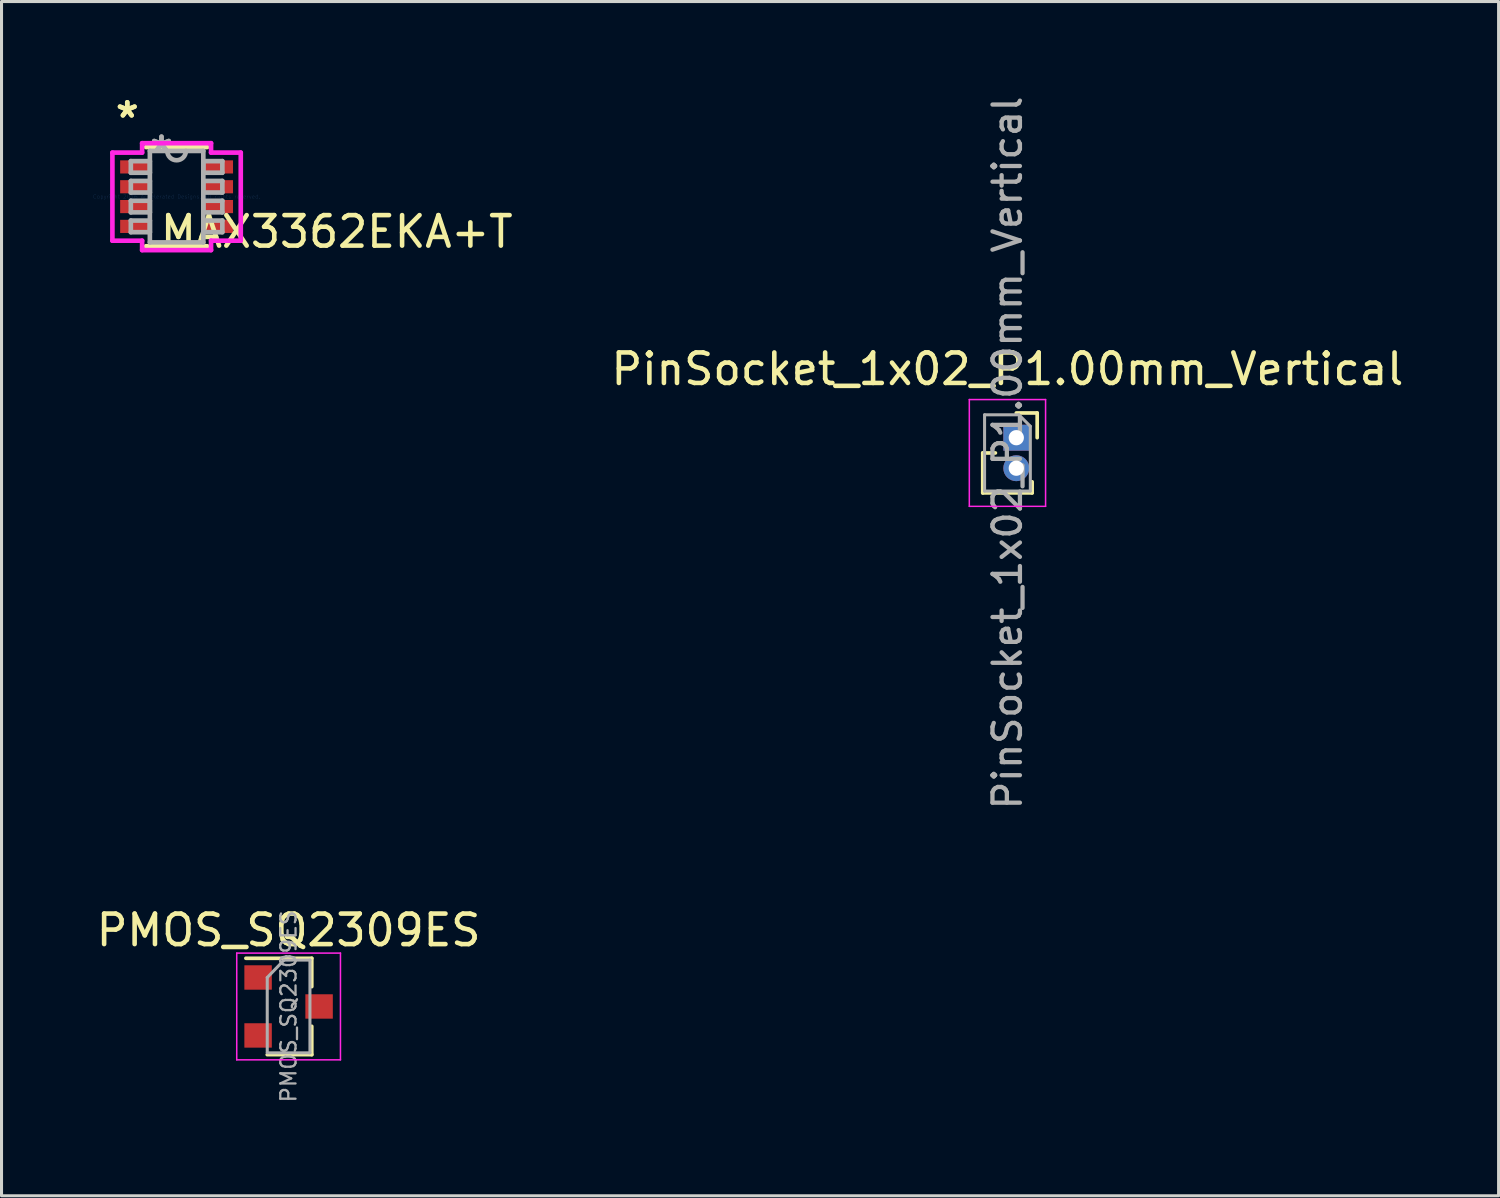
<source format=kicad_pcb>
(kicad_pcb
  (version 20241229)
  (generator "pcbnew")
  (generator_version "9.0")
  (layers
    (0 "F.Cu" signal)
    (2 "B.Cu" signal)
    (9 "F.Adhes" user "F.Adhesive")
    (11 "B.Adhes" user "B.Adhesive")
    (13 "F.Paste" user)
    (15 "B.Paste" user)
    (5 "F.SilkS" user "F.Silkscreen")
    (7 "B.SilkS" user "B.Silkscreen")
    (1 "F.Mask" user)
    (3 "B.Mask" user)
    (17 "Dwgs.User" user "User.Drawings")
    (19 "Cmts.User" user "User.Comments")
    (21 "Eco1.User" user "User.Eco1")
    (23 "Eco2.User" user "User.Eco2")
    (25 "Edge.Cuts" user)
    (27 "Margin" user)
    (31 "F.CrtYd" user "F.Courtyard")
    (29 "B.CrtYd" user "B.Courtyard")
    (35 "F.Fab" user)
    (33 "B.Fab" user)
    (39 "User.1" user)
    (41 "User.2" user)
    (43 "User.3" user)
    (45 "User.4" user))
  (footprint "PMOS_SQ2309ES"
    (layer "F.Cu")
    (at 6.411 29.945)
    (property "Reference" "PMOS_SQ2309ES" (at 0 -2.5 0) (layer "F.SilkS") (effects (font (size 1 1) (thickness 0.15))))
    (attr smd)
    (fp_line (start 0.76 -1.58) (end -1.4 -1.58) (stroke (width 0.12) (type solid)) (layer "F.SilkS"))
    (fp_line (start 0.76 -1.58) (end 0.76 -0.65) (stroke (width 0.12) (type solid)) (layer "F.SilkS"))
    (fp_line (start 0.76 1.58) (end -0.7 1.58) (stroke (width 0.12) (type solid)) (layer "F.SilkS"))
    (fp_line (start 0.76 1.58) (end 0.76 0.65) (stroke (width 0.12) (type solid)) (layer "F.SilkS"))
    (fp_line (start -1.7 -1.75) (end 1.7 -1.75) (stroke (width 0.05) (type solid)) (layer "F.CrtYd"))
    (fp_line (start -1.7 1.75) (end -1.7 -1.75) (stroke (width 0.05) (type solid)) (layer "F.CrtYd"))
    (fp_line (start 1.7 -1.75) (end 1.7 1.75) (stroke (width 0.05) (type solid)) (layer "F.CrtYd"))
    (fp_line (start 1.7 1.75) (end -1.7 1.75) (stroke (width 0.05) (type solid)) (layer "F.CrtYd"))
    (fp_line (start -0.7 -0.95) (end -0.7 1.5) (stroke (width 0.1) (type solid)) (layer "F.Fab"))
    (fp_line (start -0.7 -0.95) (end -0.15 -1.52) (stroke (width 0.1) (type solid)) (layer "F.Fab"))
    (fp_line (start -0.7 1.52) (end 0.7 1.52) (stroke (width 0.1) (type solid)) (layer "F.Fab"))
    (fp_line (start -0.15 -1.52) (end 0.7 -1.52) (stroke (width 0.1) (type solid)) (layer "F.Fab"))
    (fp_line (start 0.7 -1.52) (end 0.7 1.52) (stroke (width 0.1) (type solid)) (layer "F.Fab"))
    (fp_text user "${REFERENCE}" (at 0 0 90) (layer "F.Fab") (effects (font (size 0.5 0.5) (thickness 0.075))))
    (pad "1" smd rect (at -1 -0.95) (size 0.9 0.8) (layers "F.Cu" "F.Mask" "F.Paste"))
    (pad "2" smd rect (at -1 0.95) (size 0.9 0.8) (layers "F.Cu" "F.Mask" "F.Paste"))
    (pad "3" smd rect (at 1 0) (size 0.9 0.8) (layers "F.Cu" "F.Mask" "F.Paste")))
  (footprint "MAX3362EKA+T"
    (layer "F.Cu")
    (at 2.739 3.397)
    (property "Reference" "MAX3362EKA+T" (at 5.25 1.15 0) (layer "F.SilkS") (effects (font (size 1 1) (thickness 0.15))))
    (attr through_hole)
    (fp_line (start -1.003 1.626) (end 1.003 1.626) (stroke (width 0.152) (type solid)) (layer "F.SilkS"))
    (fp_line (start 1.003 -1.626) (end -1.003 -1.626) (stroke (width 0.152) (type solid)) (layer "F.SilkS"))
    (fp_line (start -2.104 -1.444) (end -1.13 -1.444) (stroke (width 0.152) (type solid)) (layer "F.CrtYd"))
    (fp_line (start -2.104 1.444) (end -2.104 -1.444) (stroke (width 0.152) (type solid)) (layer "F.CrtYd"))
    (fp_line (start -1.13 -1.753) (end 1.13 -1.753) (stroke (width 0.152) (type solid)) (layer "F.CrtYd"))
    (fp_line (start -1.13 -1.444) (end -1.13 -1.753) (stroke (width 0.152) (type solid)) (layer "F.CrtYd"))
    (fp_line (start -1.13 1.444) (end -2.104 1.444) (stroke (width 0.152) (type solid)) (layer "F.CrtYd"))
    (fp_line (start -1.13 1.753) (end -1.13 1.444) (stroke (width 0.152) (type solid)) (layer "F.CrtYd"))
    (fp_line (start 1.13 -1.753) (end 1.13 -1.444) (stroke (width 0.152) (type solid)) (layer "F.CrtYd"))
    (fp_line (start 1.13 -1.444) (end 2.104 -1.444) (stroke (width 0.152) (type solid)) (layer "F.CrtYd"))
    (fp_line (start 1.13 1.444) (end 1.13 1.753) (stroke (width 0.152) (type solid)) (layer "F.CrtYd"))
    (fp_line (start 1.13 1.753) (end -1.13 1.753) (stroke (width 0.152) (type solid)) (layer "F.CrtYd"))
    (fp_line (start 2.104 -1.444) (end 2.104 1.444) (stroke (width 0.152) (type solid)) (layer "F.CrtYd"))
    (fp_line (start 2.104 1.444) (end 1.13 1.444) (stroke (width 0.152) (type solid)) (layer "F.CrtYd"))
    (fp_line (start -1.5 -1.165) (end -1.5 -0.784) (stroke (width 0.152) (type solid)) (layer "F.Fab"))
    (fp_line (start -1.5 -0.784) (end -0.876 -0.784) (stroke (width 0.152) (type solid)) (layer "F.Fab"))
    (fp_line (start -1.5 -0.515) (end -1.5 -0.135) (stroke (width 0.152) (type solid)) (layer "F.Fab"))
    (fp_line (start -1.5 -0.135) (end -0.876 -0.135) (stroke (width 0.152) (type solid)) (layer "F.Fab"))
    (fp_line (start -1.5 0.135) (end -1.5 0.515) (stroke (width 0.152) (type solid)) (layer "F.Fab"))
    (fp_line (start -1.5 0.515) (end -0.876 0.515) (stroke (width 0.152) (type solid)) (layer "F.Fab"))
    (fp_line (start -1.5 0.784) (end -1.5 1.165) (stroke (width 0.152) (type solid)) (layer "F.Fab"))
    (fp_line (start -1.5 1.165) (end -0.876 1.165) (stroke (width 0.152) (type solid)) (layer "F.Fab"))
    (fp_line (start -0.876 -1.499) (end -0.876 1.499) (stroke (width 0.152) (type solid)) (layer "F.Fab"))
    (fp_line (start -0.876 -1.165) (end -1.5 -1.165) (stroke (width 0.152) (type solid)) (layer "F.Fab"))
    (fp_line (start -0.876 -0.784) (end -0.876 -1.165) (stroke (width 0.152) (type solid)) (layer "F.Fab"))
    (fp_line (start -0.876 -0.515) (end -1.5 -0.515) (stroke (width 0.152) (type solid)) (layer "F.Fab"))
    (fp_line (start -0.876 -0.135) (end -0.876 -0.515) (stroke (width 0.152) (type solid)) (layer "F.Fab"))
    (fp_line (start -0.876 0.135) (end -1.5 0.135) (stroke (width 0.152) (type solid)) (layer "F.Fab"))
    (fp_line (start -0.876 0.515) (end -0.876 0.135) (stroke (width 0.152) (type solid)) (layer "F.Fab"))
    (fp_line (start -0.876 0.784) (end -1.5 0.784) (stroke (width 0.152) (type solid)) (layer "F.Fab"))
    (fp_line (start -0.876 1.165) (end -0.876 0.784) (stroke (width 0.152) (type solid)) (layer "F.Fab"))
    (fp_line (start -0.876 1.499) (end 0.876 1.499) (stroke (width 0.152) (type solid)) (layer "F.Fab"))
    (fp_line (start 0.876 -1.499) (end -0.876 -1.499) (stroke (width 0.152) (type solid)) (layer "F.Fab"))
    (fp_line (start 0.876 -1.165) (end 0.876 -0.784) (stroke (width 0.152) (type solid)) (layer "F.Fab"))
    (fp_line (start 0.876 -0.784) (end 1.5 -0.784) (stroke (width 0.152) (type solid)) (layer "F.Fab"))
    (fp_line (start 0.876 -0.515) (end 0.876 -0.135) (stroke (width 0.152) (type solid)) (layer "F.Fab"))
    (fp_line (start 0.876 -0.135) (end 1.5 -0.135) (stroke (width 0.152) (type solid)) (layer "F.Fab"))
    (fp_line (start 0.876 0.135) (end 0.876 0.515) (stroke (width 0.152) (type solid)) (layer "F.Fab"))
    (fp_line (start 0.876 0.515) (end 1.5 0.515) (stroke (width 0.152) (type solid)) (layer "F.Fab"))
    (fp_line (start 0.876 0.784) (end 0.876 1.165) (stroke (width 0.152) (type solid)) (layer "F.Fab"))
    (fp_line (start 0.876 1.165) (end 1.5 1.165) (stroke (width 0.152) (type solid)) (layer "F.Fab"))
    (fp_line (start 0.876 1.499) (end 0.876 -1.499) (stroke (width 0.152) (type solid)) (layer "F.Fab"))
    (fp_line (start 1.5 -1.165) (end 0.876 -1.165) (stroke (width 0.152) (type solid)) (layer "F.Fab"))
    (fp_line (start 1.5 -0.784) (end 1.5 -1.165) (stroke (width 0.152) (type solid)) (layer "F.Fab"))
    (fp_line (start 1.5 -0.515) (end 0.876 -0.515) (stroke (width 0.152) (type solid)) (layer "F.Fab"))
    (fp_line (start 1.5 -0.135) (end 1.5 -0.515) (stroke (width 0.152) (type solid)) (layer "F.Fab"))
    (fp_line (start 1.5 0.135) (end 0.876 0.135) (stroke (width 0.152) (type solid)) (layer "F.Fab"))
    (fp_line (start 1.5 0.515) (end 1.5 0.135) (stroke (width 0.152) (type solid)) (layer "F.Fab"))
    (fp_line (start 1.5 0.784) (end 0.876 0.784) (stroke (width 0.152) (type solid)) (layer "F.Fab"))
    (fp_line (start 1.5 1.165) (end 1.5 0.784) (stroke (width 0.152) (type solid)) (layer "F.Fab"))
    (fp_arc (start 0.3048 -1.4986) (mid 0 -1.1938) (end -0.3048 -1.4986) (stroke (width 0.1524) (type solid)) (layer "F.Fab"))
    (fp_text user "*" (at -1.617 -2.549 0) (layer "F.SilkS") (effects (font (size 1 1) (thickness 0.15))))
    (fp_text user "*" (at -1.617 -2.549 0) (layer "F.SilkS") (effects (font (size 1 1) (thickness 0.15))))
    (fp_text user "Copyright 2016 Accelerated Designs. All rights reserved." (at 0 0 0) (layer "Cmts.User") (effects (font (size 0.127 0.127) (thickness 0.002))))
    (fp_text user "*" (at -0.495 -1.422 0) (layer "F.Fab") (effects (font (size 1 1) (thickness 0.15))))
    (fp_text user "*" (at -0.495 -1.422 0) (layer "F.Fab") (effects (font (size 1 1) (thickness 0.15))))
    (pad "1" smd rect (at -1.363 -0.975) (size 0.974 0.431) (layers "F.Cu" "F.Mask" "F.Paste"))
    (pad "2" smd rect (at -1.363 -0.325) (size 0.974 0.431) (layers "F.Cu" "F.Mask" "F.Paste"))
    (pad "3" smd rect (at -1.363 0.325) (size 0.974 0.431) (layers "F.Cu" "F.Mask" "F.Paste"))
    (pad "4" smd rect (at -1.363 0.975) (size 0.974 0.431) (layers "F.Cu" "F.Mask" "F.Paste"))
    (pad "5" smd rect (at 1.363 0.975) (size 0.974 0.431) (layers "F.Cu" "F.Mask" "F.Paste"))
    (pad "6" smd rect (at 1.363 0.325) (size 0.974 0.431) (layers "F.Cu" "F.Mask" "F.Paste"))
    (pad "7" smd rect (at 1.363 -0.325) (size 0.974 0.431) (layers "F.Cu" "F.Mask" "F.Paste"))
    (pad "8" smd rect (at 1.363 -0.975) (size 0.974 0.431) (layers "F.Cu" "F.Mask" "F.Paste")))
  (footprint "PinSocket_1x02_P1.00mm_Vertical"
    (layer "F.Cu")
    (at 30.267 11.299)
    (property "Reference" "PinSocket_1x02_P1.00mm_Vertical" (at -0.29 -2.25 0) (layer "F.SilkS") (effects (font (size 1 1) (thickness 0.15))))
    (attr through_hole)
    (fp_line (start -1.1 0.5) (end -1.1 1.81) (stroke (width 0.12) (type solid)) (layer "F.SilkS"))
    (fp_line (start -1.1 0.5) (end -0.685 0.5) (stroke (width 0.12) (type solid)) (layer "F.SilkS"))
    (fp_line (start -1.1 1.81) (end 0.52 1.81) (stroke (width 0.12) (type solid)) (layer "F.SilkS"))
    (fp_line (start 0 -0.81) (end 0.685 -0.81) (stroke (width 0.12) (type solid)) (layer "F.SilkS"))
    (fp_line (start 0.52 1.446) (end 0.52 1.81) (stroke (width 0.12) (type solid)) (layer "F.SilkS"))
    (fp_line (start 0.685 -0.81) (end 0.685 0) (stroke (width 0.12) (type solid)) (layer "F.SilkS"))
    (fp_line (start -1.54 -1.25) (end 0.96 -1.25) (stroke (width 0.05) (type solid)) (layer "F.CrtYd"))
    (fp_line (start -1.54 2.25) (end -1.54 -1.25) (stroke (width 0.05) (type solid)) (layer "F.CrtYd"))
    (fp_line (start 0.96 -1.25) (end 0.96 2.25) (stroke (width 0.05) (type solid)) (layer "F.CrtYd"))
    (fp_line (start 0.96 2.25) (end -1.54 2.25) (stroke (width 0.05) (type solid)) (layer "F.CrtYd"))
    (fp_line (start -1.04 -0.75) (end 0.085 -0.75) (stroke (width 0.1) (type solid)) (layer "F.Fab"))
    (fp_line (start -1.04 1.75) (end -1.04 -0.75) (stroke (width 0.1) (type solid)) (layer "F.Fab"))
    (fp_line (start 0.085 -0.75) (end 0.46 -0.375) (stroke (width 0.1) (type solid)) (layer "F.Fab"))
    (fp_line (start 0.46 -0.375) (end 0.46 1.75) (stroke (width 0.1) (type solid)) (layer "F.Fab"))
    (fp_line (start 0.46 1.75) (end -1.04 1.75) (stroke (width 0.1) (type solid)) (layer "F.Fab"))
    (fp_text user "${REFERENCE}" (at -0.29 0.5 90) (layer "F.Fab") (effects (font (size 0.9 0.9) (thickness 0.14))))
    (pad "1" thru_hole rect (at 0 0) (size 0.85 0.85) (drill 0.5) (layers "*.Cu" "*.Mask"))
    (pad "2" thru_hole oval (at 0 1) (size 0.85 0.85) (drill 0.5) (layers "*.Cu" "*.Mask")))
  (gr_rect
    (start -3 -3)
    (end 46.078 36.151)
    (stroke (width 0.1) (type default))
    (fill no)
    (layer "Edge.Cuts")))
</source>
